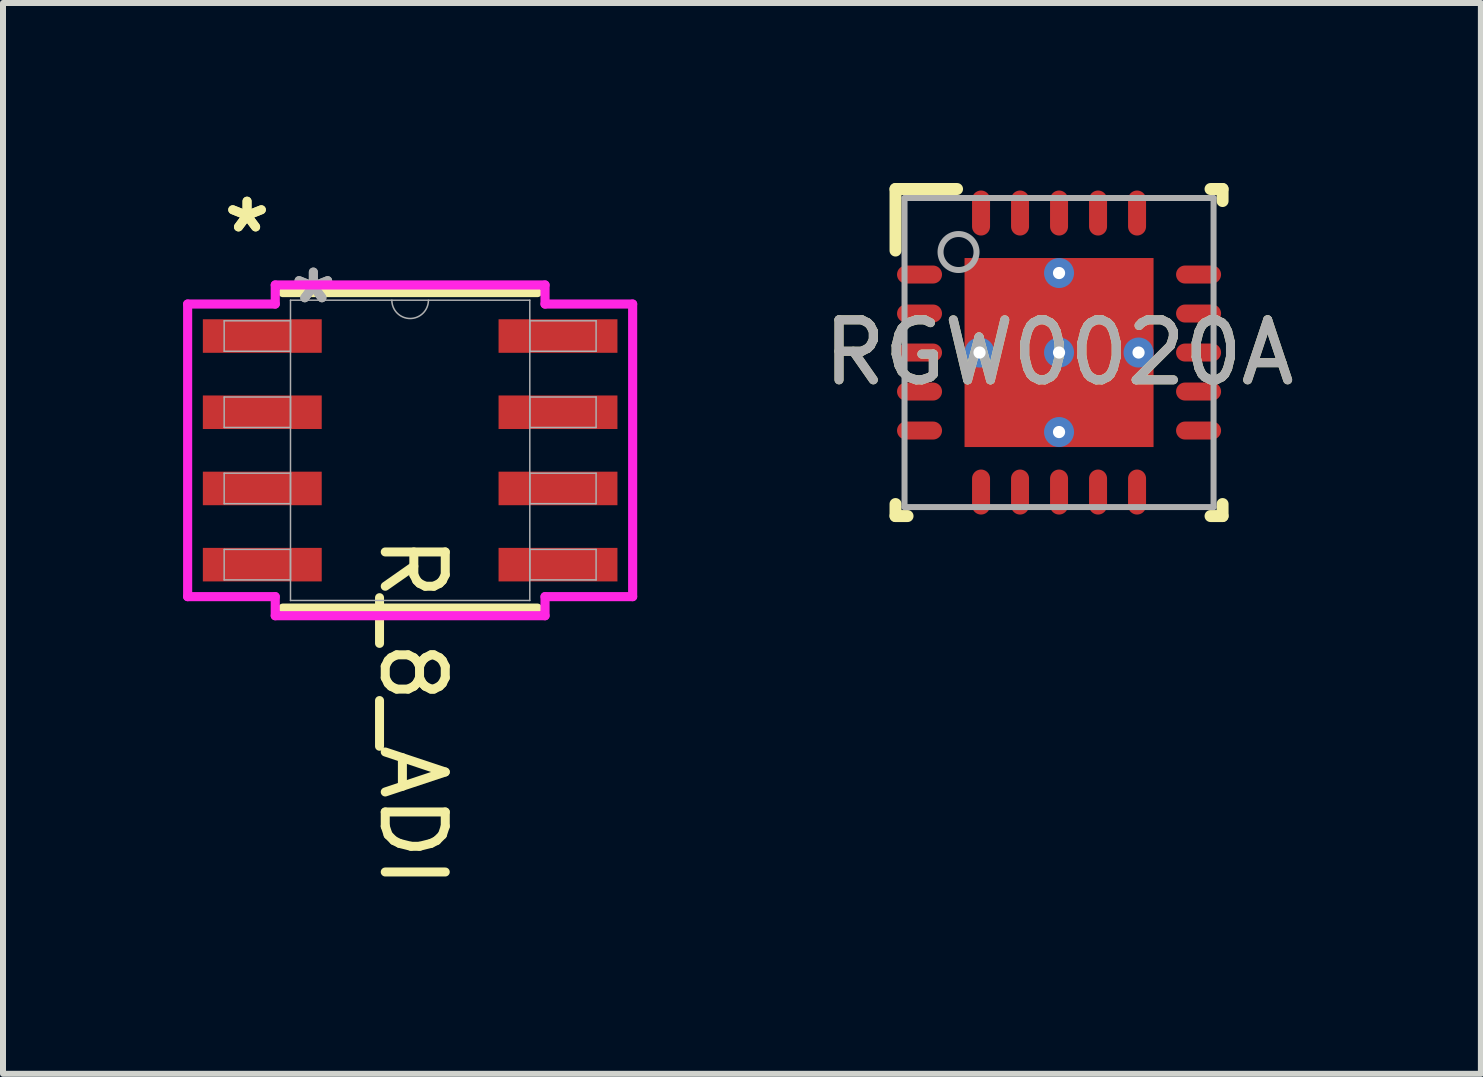
<source format=kicad_pcb>
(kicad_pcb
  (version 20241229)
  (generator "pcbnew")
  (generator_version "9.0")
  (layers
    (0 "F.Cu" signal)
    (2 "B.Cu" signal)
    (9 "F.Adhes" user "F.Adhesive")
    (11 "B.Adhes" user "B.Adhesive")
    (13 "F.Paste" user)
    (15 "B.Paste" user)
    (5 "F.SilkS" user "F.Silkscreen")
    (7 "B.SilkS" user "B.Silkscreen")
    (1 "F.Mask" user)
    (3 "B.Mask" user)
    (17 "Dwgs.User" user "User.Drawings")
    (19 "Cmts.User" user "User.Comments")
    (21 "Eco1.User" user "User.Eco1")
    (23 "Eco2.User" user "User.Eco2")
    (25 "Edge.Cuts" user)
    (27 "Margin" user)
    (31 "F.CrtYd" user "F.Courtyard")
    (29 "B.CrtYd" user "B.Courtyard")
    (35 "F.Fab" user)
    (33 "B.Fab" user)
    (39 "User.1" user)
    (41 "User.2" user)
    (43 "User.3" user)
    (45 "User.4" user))
  (footprint "RGW0020A"
    (layer "F.Cu")
    (at 14.599 2.825)
    (property "Reference" "RGW0020A" (at 0 0 0) (unlocked yes) (layer "F.SilkS") (effects (font (size 1 1) (thickness 0.15))))
    (attr smd)
    (fp_line (start -2.725 -2.725) (end -1.7 -2.725) (stroke (width 0.2) (type solid)) (layer "F.SilkS"))
    (fp_line (start -2.725 -1.7) (end -2.725 -2.725) (stroke (width 0.2) (type solid)) (layer "F.SilkS"))
    (fp_line (start -2.725 2.725) (end -2.725 2.525) (stroke (width 0.2) (type solid)) (layer "F.SilkS"))
    (fp_line (start -2.725 2.725) (end -2.525 2.725) (stroke (width 0.2) (type solid)) (layer "F.SilkS"))
    (fp_line (start 2.525 -2.725) (end 2.725 -2.725) (stroke (width 0.2) (type solid)) (layer "F.SilkS"))
    (fp_line (start 2.525 2.725) (end 2.725 2.725) (stroke (width 0.2) (type solid)) (layer "F.SilkS"))
    (fp_line (start 2.725 -2.525) (end 2.725 -2.725) (stroke (width 0.2) (type solid)) (layer "F.SilkS"))
    (fp_line (start 2.725 2.725) (end 2.725 2.525) (stroke (width 0.2) (type solid)) (layer "F.SilkS"))
    (fp_poly (pts (xy -0.1 -1.468) (xy -1.468 -1.468) (xy -1.468 -0.1) (xy -0.1 -0.1)) (stroke (width 0) (type solid)) (fill yes) (layer "F.Paste"))
    (fp_poly (pts (xy -0.1 0.1) (xy -1.468 0.1) (xy -1.468 1.468) (xy -0.1 1.468)) (stroke (width 0) (type solid)) (fill yes) (layer "F.Paste"))
    (fp_poly (pts (xy 0.1 -0.1) (xy 1.468 -0.1) (xy 1.468 -1.468) (xy 0.1 -1.468)) (stroke (width 0) (type solid)) (fill yes) (layer "F.Paste"))
    (fp_poly (pts (xy 0.1 1.468) (xy 1.468 1.468) (xy 1.468 0.1) (xy 0.1 0.1)) (stroke (width 0) (type solid)) (fill yes) (layer "F.Paste"))
    (fp_line (start -2.575 -2.575) (end 2.575 -2.575) (stroke (width 0.1) (type solid)) (layer "F.Fab"))
    (fp_line (start -2.575 2.575) (end -2.575 -2.575) (stroke (width 0.1) (type solid)) (layer "F.Fab"))
    (fp_line (start -2.575 2.575) (end 2.575 2.575) (stroke (width 0.1) (type solid)) (layer "F.Fab"))
    (fp_line (start 2.575 2.575) (end 2.575 -2.575) (stroke (width 0.1) (type solid)) (layer "F.Fab"))
    (fp_circle (center -1.675 -1.675) (end -1.375 -1.675) (stroke (width 0.1) (type solid)) (fill no) (layer "F.Fab"))
    (fp_text user "${REFERENCE}" (at 0 0 0) (unlocked yes) (layer "F.Fab") (effects (font (size 1 1) (thickness 0.15))))
    (pad "1" smd oval (at -2.325 -1.3 90) (size 0.3 0.75) (layers "F.Cu" "F.Mask" "F.Paste"))
    (pad "2" smd oval (at -2.325 -0.65 90) (size 0.3 0.75) (layers "F.Cu" "F.Mask" "F.Paste"))
    (pad "3" smd oval (at -2.325 0 90) (size 0.3 0.75) (layers "F.Cu" "F.Mask" "F.Paste"))
    (pad "4" smd oval (at -2.325 0.65 90) (size 0.3 0.75) (layers "F.Cu" "F.Mask" "F.Paste"))
    (pad "5" smd oval (at -2.325 1.3 90) (size 0.3 0.75) (layers "F.Cu" "F.Mask" "F.Paste"))
    (pad "6" smd oval (at -1.3 2.325) (size 0.3 0.75) (layers "F.Cu" "F.Mask" "F.Paste"))
    (pad "7" smd oval (at -0.65 2.325) (size 0.3 0.75) (layers "F.Cu" "F.Mask" "F.Paste"))
    (pad "8" smd oval (at 0 2.325) (size 0.3 0.75) (layers "F.Cu" "F.Mask" "F.Paste"))
    (pad "9" smd oval (at 0.65 2.325) (size 0.3 0.75) (layers "F.Cu" "F.Mask" "F.Paste"))
    (pad "10" smd oval (at 1.3 2.325) (size 0.3 0.75) (layers "F.Cu" "F.Mask" "F.Paste"))
    (pad "11" smd oval (at 2.325 1.3 90) (size 0.3 0.75) (layers "F.Cu" "F.Mask" "F.Paste"))
    (pad "12" smd oval (at 2.325 0.65 90) (size 0.3 0.75) (layers "F.Cu" "F.Mask" "F.Paste"))
    (pad "13" smd oval (at 2.325 0 90) (size 0.3 0.75) (layers "F.Cu" "F.Mask" "F.Paste"))
    (pad "14" smd oval (at 2.325 -0.65 90) (size 0.3 0.75) (layers "F.Cu" "F.Mask" "F.Paste"))
    (pad "15" smd oval (at 2.325 -1.3 90) (size 0.3 0.75) (layers "F.Cu" "F.Mask" "F.Paste"))
    (pad "16" smd oval (at 1.3 -2.325) (size 0.3 0.75) (layers "F.Cu" "F.Mask" "F.Paste"))
    (pad "17" smd oval (at 0.65 -2.325) (size 0.3 0.75) (layers "F.Cu" "F.Mask" "F.Paste"))
    (pad "18" smd oval (at 0 -2.325) (size 0.3 0.75) (layers "F.Cu" "F.Mask" "F.Paste"))
    (pad "19" smd oval (at -0.65 -2.325) (size 0.3 0.75) (layers "F.Cu" "F.Mask" "F.Paste"))
    (pad "20" smd oval (at -1.3 -2.325) (size 0.3 0.75) (layers "F.Cu" "F.Mask" "F.Paste"))
    (pad "21" smd rect (at 0 0) (size 3.15 3.15) (layers "F.Cu" "F.Mask"))
    (pad "V" thru_hole circle (at -1.325 0) (size 0.5 0.5) (drill 0.203) (layers "*.Cu" "*.Mask"))
    (pad "V" thru_hole circle (at 0 -1.325) (size 0.5 0.5) (drill 0.203) (layers "*.Cu" "*.Mask"))
    (pad "V" thru_hole circle (at 0 0) (size 0.5 0.5) (drill 0.203) (layers "*.Cu" "*.Mask"))
    (pad "V" thru_hole circle (at 0 1.325) (size 0.5 0.5) (drill 0.203) (layers "*.Cu" "*.Mask"))
    (pad "V" thru_hole circle (at 1.325 0) (size 0.5 0.5) (drill 0.203) (layers "*.Cu" "*.Mask")))
  (footprint "R_8_ADI"
    (layer "F.Cu")
    (at 3.785 4.455)
    (property "Reference" "R_8_ADI" (at 0.04 4.36 270) (unlocked yes) (layer "F.SilkS") (effects (font (size 1 1) (thickness 0.15))))
    (attr smd)
    (fp_line (start -2.121 2.629) (end 2.121 2.629) (stroke (width 0.152) (type solid)) (layer "F.SilkS"))
    (fp_line (start 2.121 -2.629) (end -2.121 -2.629) (stroke (width 0.152) (type solid)) (layer "F.SilkS"))
    (fp_line (start -3.708 -2.438) (end -2.248 -2.438) (stroke (width 0.152) (type solid)) (layer "F.CrtYd"))
    (fp_line (start -3.708 2.438) (end -3.708 -2.438) (stroke (width 0.152) (type solid)) (layer "F.CrtYd"))
    (fp_line (start -3.708 2.438) (end -2.248 2.438) (stroke (width 0.152) (type solid)) (layer "F.CrtYd"))
    (fp_line (start -2.248 -2.756) (end 2.248 -2.756) (stroke (width 0.152) (type solid)) (layer "F.CrtYd"))
    (fp_line (start -2.248 -2.438) (end -2.248 -2.756) (stroke (width 0.152) (type solid)) (layer "F.CrtYd"))
    (fp_line (start -2.248 2.756) (end -2.248 2.438) (stroke (width 0.152) (type solid)) (layer "F.CrtYd"))
    (fp_line (start 2.248 -2.756) (end 2.248 -2.438) (stroke (width 0.152) (type solid)) (layer "F.CrtYd"))
    (fp_line (start 2.248 2.438) (end 2.248 2.756) (stroke (width 0.152) (type solid)) (layer "F.CrtYd"))
    (fp_line (start 2.248 2.756) (end -2.248 2.756) (stroke (width 0.152) (type solid)) (layer "F.CrtYd"))
    (fp_line (start 3.708 -2.438) (end 2.248 -2.438) (stroke (width 0.152) (type solid)) (layer "F.CrtYd"))
    (fp_line (start 3.708 -2.438) (end 3.708 2.438) (stroke (width 0.152) (type solid)) (layer "F.CrtYd"))
    (fp_line (start 3.708 2.438) (end 2.248 2.438) (stroke (width 0.152) (type solid)) (layer "F.CrtYd"))
    (fp_line (start -3.099 -2.159) (end -3.099 -1.651) (stroke (width 0.025) (type solid)) (layer "F.Fab"))
    (fp_line (start -3.099 -1.651) (end -1.994 -1.651) (stroke (width 0.025) (type solid)) (layer "F.Fab"))
    (fp_line (start -3.099 -0.889) (end -3.099 -0.381) (stroke (width 0.025) (type solid)) (layer "F.Fab"))
    (fp_line (start -3.099 -0.381) (end -1.994 -0.381) (stroke (width 0.025) (type solid)) (layer "F.Fab"))
    (fp_line (start -3.099 0.381) (end -3.099 0.889) (stroke (width 0.025) (type solid)) (layer "F.Fab"))
    (fp_line (start -3.099 0.889) (end -1.994 0.889) (stroke (width 0.025) (type solid)) (layer "F.Fab"))
    (fp_line (start -3.099 1.651) (end -3.099 2.159) (stroke (width 0.025) (type solid)) (layer "F.Fab"))
    (fp_line (start -3.099 2.159) (end -1.994 2.159) (stroke (width 0.025) (type solid)) (layer "F.Fab"))
    (fp_line (start -1.994 -2.502) (end -1.994 2.502) (stroke (width 0.025) (type solid)) (layer "F.Fab"))
    (fp_line (start -1.994 -2.159) (end -3.099 -2.159) (stroke (width 0.025) (type solid)) (layer "F.Fab"))
    (fp_line (start -1.994 -1.651) (end -1.994 -2.159) (stroke (width 0.025) (type solid)) (layer "F.Fab"))
    (fp_line (start -1.994 -0.889) (end -3.099 -0.889) (stroke (width 0.025) (type solid)) (layer "F.Fab"))
    (fp_line (start -1.994 -0.381) (end -1.994 -0.889) (stroke (width 0.025) (type solid)) (layer "F.Fab"))
    (fp_line (start -1.994 0.381) (end -3.099 0.381) (stroke (width 0.025) (type solid)) (layer "F.Fab"))
    (fp_line (start -1.994 0.889) (end -1.994 0.381) (stroke (width 0.025) (type solid)) (layer "F.Fab"))
    (fp_line (start -1.994 1.651) (end -3.099 1.651) (stroke (width 0.025) (type solid)) (layer "F.Fab"))
    (fp_line (start -1.994 2.159) (end -1.994 1.651) (stroke (width 0.025) (type solid)) (layer "F.Fab"))
    (fp_line (start -1.994 2.502) (end 1.994 2.502) (stroke (width 0.025) (type solid)) (layer "F.Fab"))
    (fp_line (start 1.994 -2.502) (end -1.994 -2.502) (stroke (width 0.025) (type solid)) (layer "F.Fab"))
    (fp_line (start 1.994 -2.159) (end 1.994 -1.651) (stroke (width 0.025) (type solid)) (layer "F.Fab"))
    (fp_line (start 1.994 -1.651) (end 3.099 -1.651) (stroke (width 0.025) (type solid)) (layer "F.Fab"))
    (fp_line (start 1.994 -0.889) (end 1.994 -0.381) (stroke (width 0.025) (type solid)) (layer "F.Fab"))
    (fp_line (start 1.994 -0.381) (end 3.099 -0.381) (stroke (width 0.025) (type solid)) (layer "F.Fab"))
    (fp_line (start 1.994 0.381) (end 1.994 0.889) (stroke (width 0.025) (type solid)) (layer "F.Fab"))
    (fp_line (start 1.994 0.889) (end 3.099 0.889) (stroke (width 0.025) (type solid)) (layer "F.Fab"))
    (fp_line (start 1.994 1.651) (end 1.994 2.159) (stroke (width 0.025) (type solid)) (layer "F.Fab"))
    (fp_line (start 1.994 2.159) (end 3.099 2.159) (stroke (width 0.025) (type solid)) (layer "F.Fab"))
    (fp_line (start 1.994 2.502) (end 1.994 -2.502) (stroke (width 0.025) (type solid)) (layer "F.Fab"))
    (fp_line (start 3.099 -2.159) (end 1.994 -2.159) (stroke (width 0.025) (type solid)) (layer "F.Fab"))
    (fp_line (start 3.099 -1.651) (end 3.099 -2.159) (stroke (width 0.025) (type solid)) (layer "F.Fab"))
    (fp_line (start 3.099 -0.889) (end 1.994 -0.889) (stroke (width 0.025) (type solid)) (layer "F.Fab"))
    (fp_line (start 3.099 -0.381) (end 3.099 -0.889) (stroke (width 0.025) (type solid)) (layer "F.Fab"))
    (fp_line (start 3.099 0.381) (end 1.994 0.381) (stroke (width 0.025) (type solid)) (layer "F.Fab"))
    (fp_line (start 3.099 0.889) (end 3.099 0.381) (stroke (width 0.025) (type solid)) (layer "F.Fab"))
    (fp_line (start 3.099 1.651) (end 1.994 1.651) (stroke (width 0.025) (type solid)) (layer "F.Fab"))
    (fp_line (start 3.099 2.159) (end 3.099 1.651) (stroke (width 0.025) (type solid)) (layer "F.Fab"))
    (fp_arc (start 0.3048 -2.5019) (mid 0 -2.1971) (end -0.3048 -2.5019) (stroke (width 0.0254) (type solid)) (layer "F.Fab"))
    (fp_text user "*" (at -2.718 -3.607 0) (layer "F.SilkS") (effects (font (size 1 1) (thickness 0.15))))
    (fp_text user "*" (at -2.718 -3.607 0) (unlocked yes) (layer "F.SilkS") (effects (font (size 1 1) (thickness 0.15))))
    (fp_text user "*" (at -1.613 -2.426 0) (layer "F.Fab") (effects (font (size 1 1) (thickness 0.15))))
    (fp_text user "*" (at -1.613 -2.426 0) (unlocked yes) (layer "F.Fab") (effects (font (size 1 1) (thickness 0.15))))
    (pad "1" smd rect (at -2.464 -1.905) (size 1.981 0.559) (layers "F.Cu" "F.Mask" "F.Paste"))
    (pad "2" smd rect (at -2.464 -0.635) (size 1.981 0.559) (layers "F.Cu" "F.Mask" "F.Paste"))
    (pad "3" smd rect (at -2.464 0.635) (size 1.981 0.559) (layers "F.Cu" "F.Mask" "F.Paste"))
    (pad "4" smd rect (at -2.464 1.905) (size 1.981 0.559) (layers "F.Cu" "F.Mask" "F.Paste"))
    (pad "5" smd rect (at 2.464 1.905) (size 1.981 0.559) (layers "F.Cu" "F.Mask" "F.Paste"))
    (pad "6" smd rect (at 2.464 0.635) (size 1.981 0.559) (layers "F.Cu" "F.Mask" "F.Paste"))
    (pad "7" smd rect (at 2.464 -0.635) (size 1.981 0.559) (layers "F.Cu" "F.Mask" "F.Paste"))
    (pad "8" smd rect (at 2.464 -1.905) (size 1.981 0.559) (layers "F.Cu" "F.Mask" "F.Paste")))
  (gr_rect
    (start -3 -3)
    (end 21.629 14.845)
    (stroke (width 0.1) (type default))
    (fill no)
    (layer "Edge.Cuts")))
</source>
